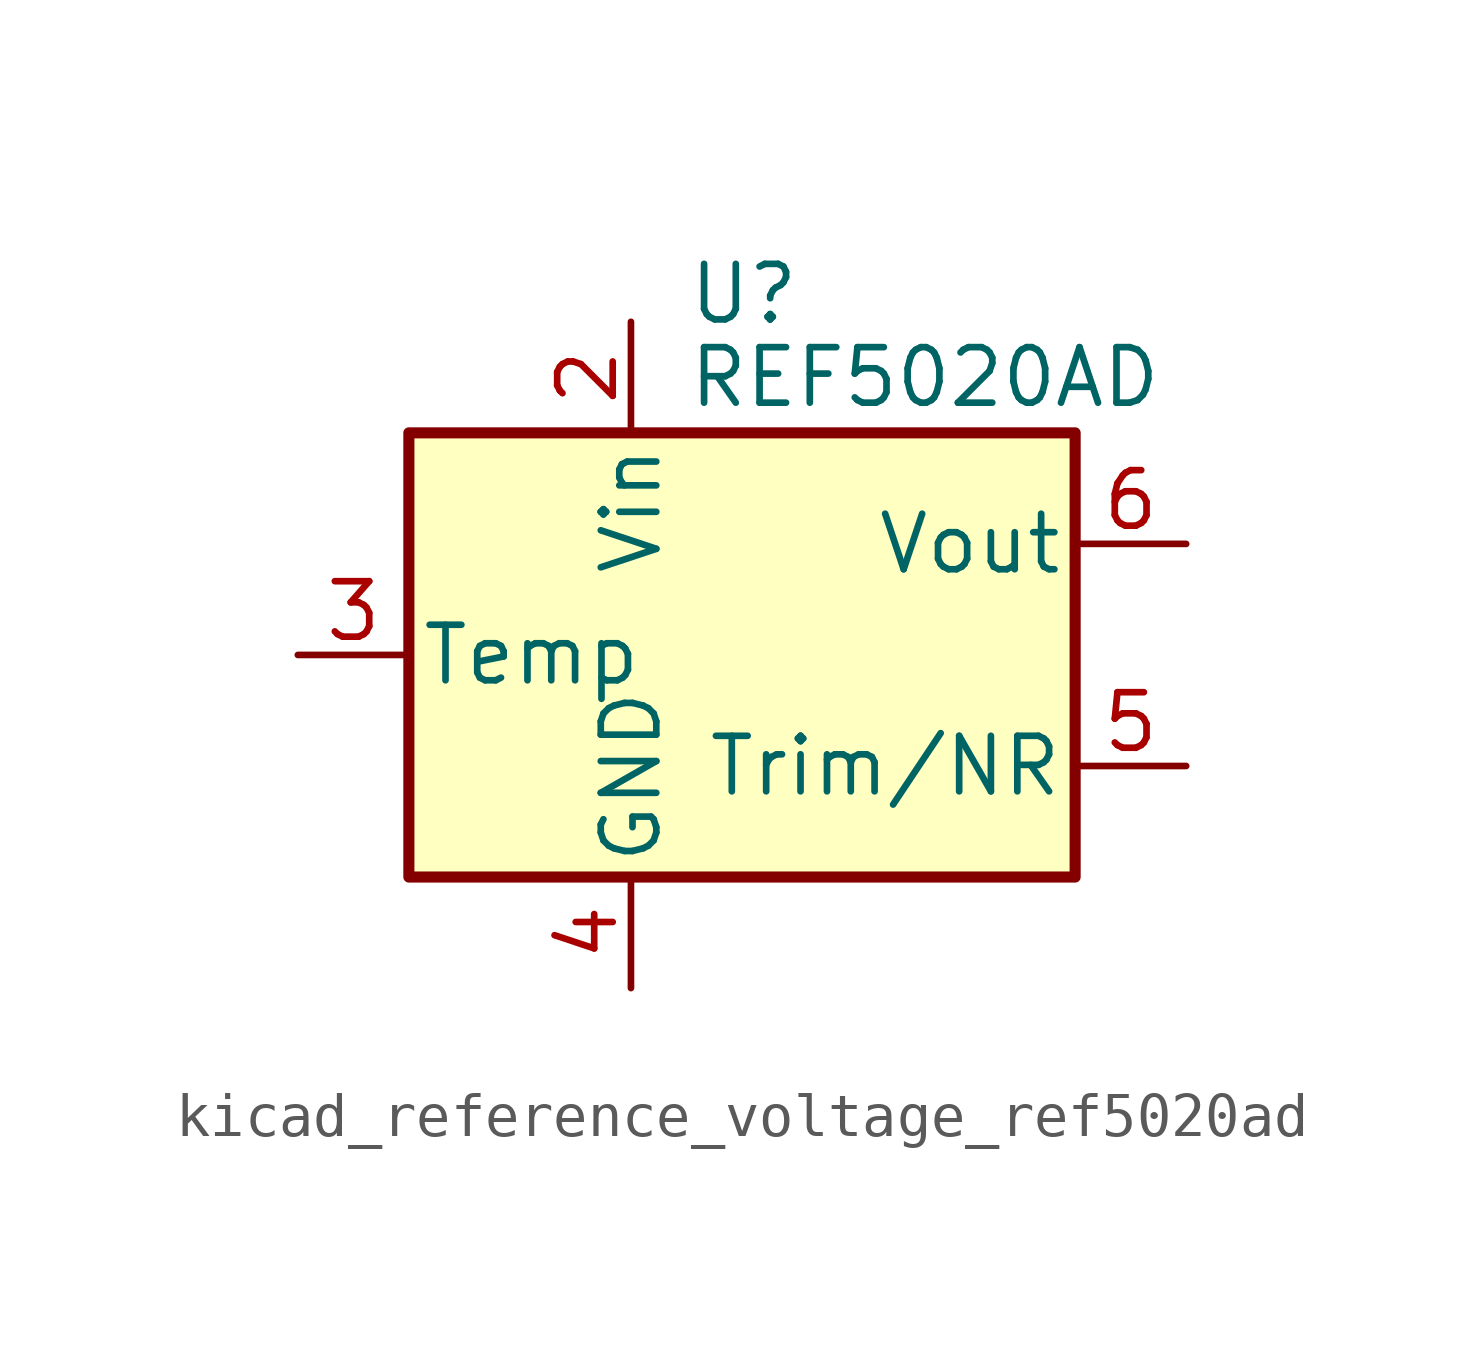
<source format=kicad_sym>
(kicad_symbol_lib
  (version 20220914)
  (generator kicad_symbol_editor)
  (symbol "kicad_reference_voltage_ref5020ad"
    (pin_names
      (offset 0.254))
    (property "Reference" "U"
      (at -1.27 8.255 0)
      (effects (font (size 1.27 1.27)) (justify left)))
    (property "Value" "REF5020AD"
      (at -1.27 6.35 0)
      (effects (font (size 1.27 1.27)) (justify left)))
    (symbol "kicad_reference_voltage_ref5020ad_0_1"
      (rectangle (start -7.62 5.08) (end 7.62 -5.08) (stroke (width 0.254) (type default)) (fill (type background))))
    (symbol "kicad_reference_voltage_ref5020ad_1_1"
      (pin no_connect line (at -7.62 2.54 0) (length 2.54) hide (name "DNC" (effects (font (size 1.27 1.27)))) (number "1" (effects (font (size 1.27 1.27)))))
      (pin power_in line (at -2.54 7.62 270) (length 2.54) (name "Vin" (effects (font (size 1.27 1.27)))) (number "2" (effects (font (size 1.27 1.27)))))
      (pin passive line (at -10.16 0 0) (length 2.54) (name "Temp" (effects (font (size 1.27 1.27)))) (number "3" (effects (font (size 1.27 1.27)))))
      (pin power_in line (at -2.54 -7.62 90) (length 2.54) (name "GND" (effects (font (size 1.27 1.27)))) (number "4" (effects (font (size 1.27 1.27)))))
      (pin passive line (at 10.16 -2.54 180) (length 2.54) (name "Trim/NR" (effects (font (size 1.27 1.27)))) (number "5" (effects (font (size 1.27 1.27)))))
      (pin power_out line (at 10.16 2.54 180) (length 2.54) (name "Vout" (effects (font (size 1.27 1.27)))) (number "6" (effects (font (size 1.27 1.27)))))
      (pin no_connect line (at -5.08 -5.08 90) (length 2.54) hide (name "NC" (effects (font (size 1.27 1.27)))) (number "7" (effects (font (size 1.27 1.27)))))
      (pin no_connect line (at 7.62 0 180) (length 2.54) hide (name "DNC" (effects (font (size 1.27 1.27)))) (number "8" (effects (font (size 1.27 1.27))))))))
</source>
